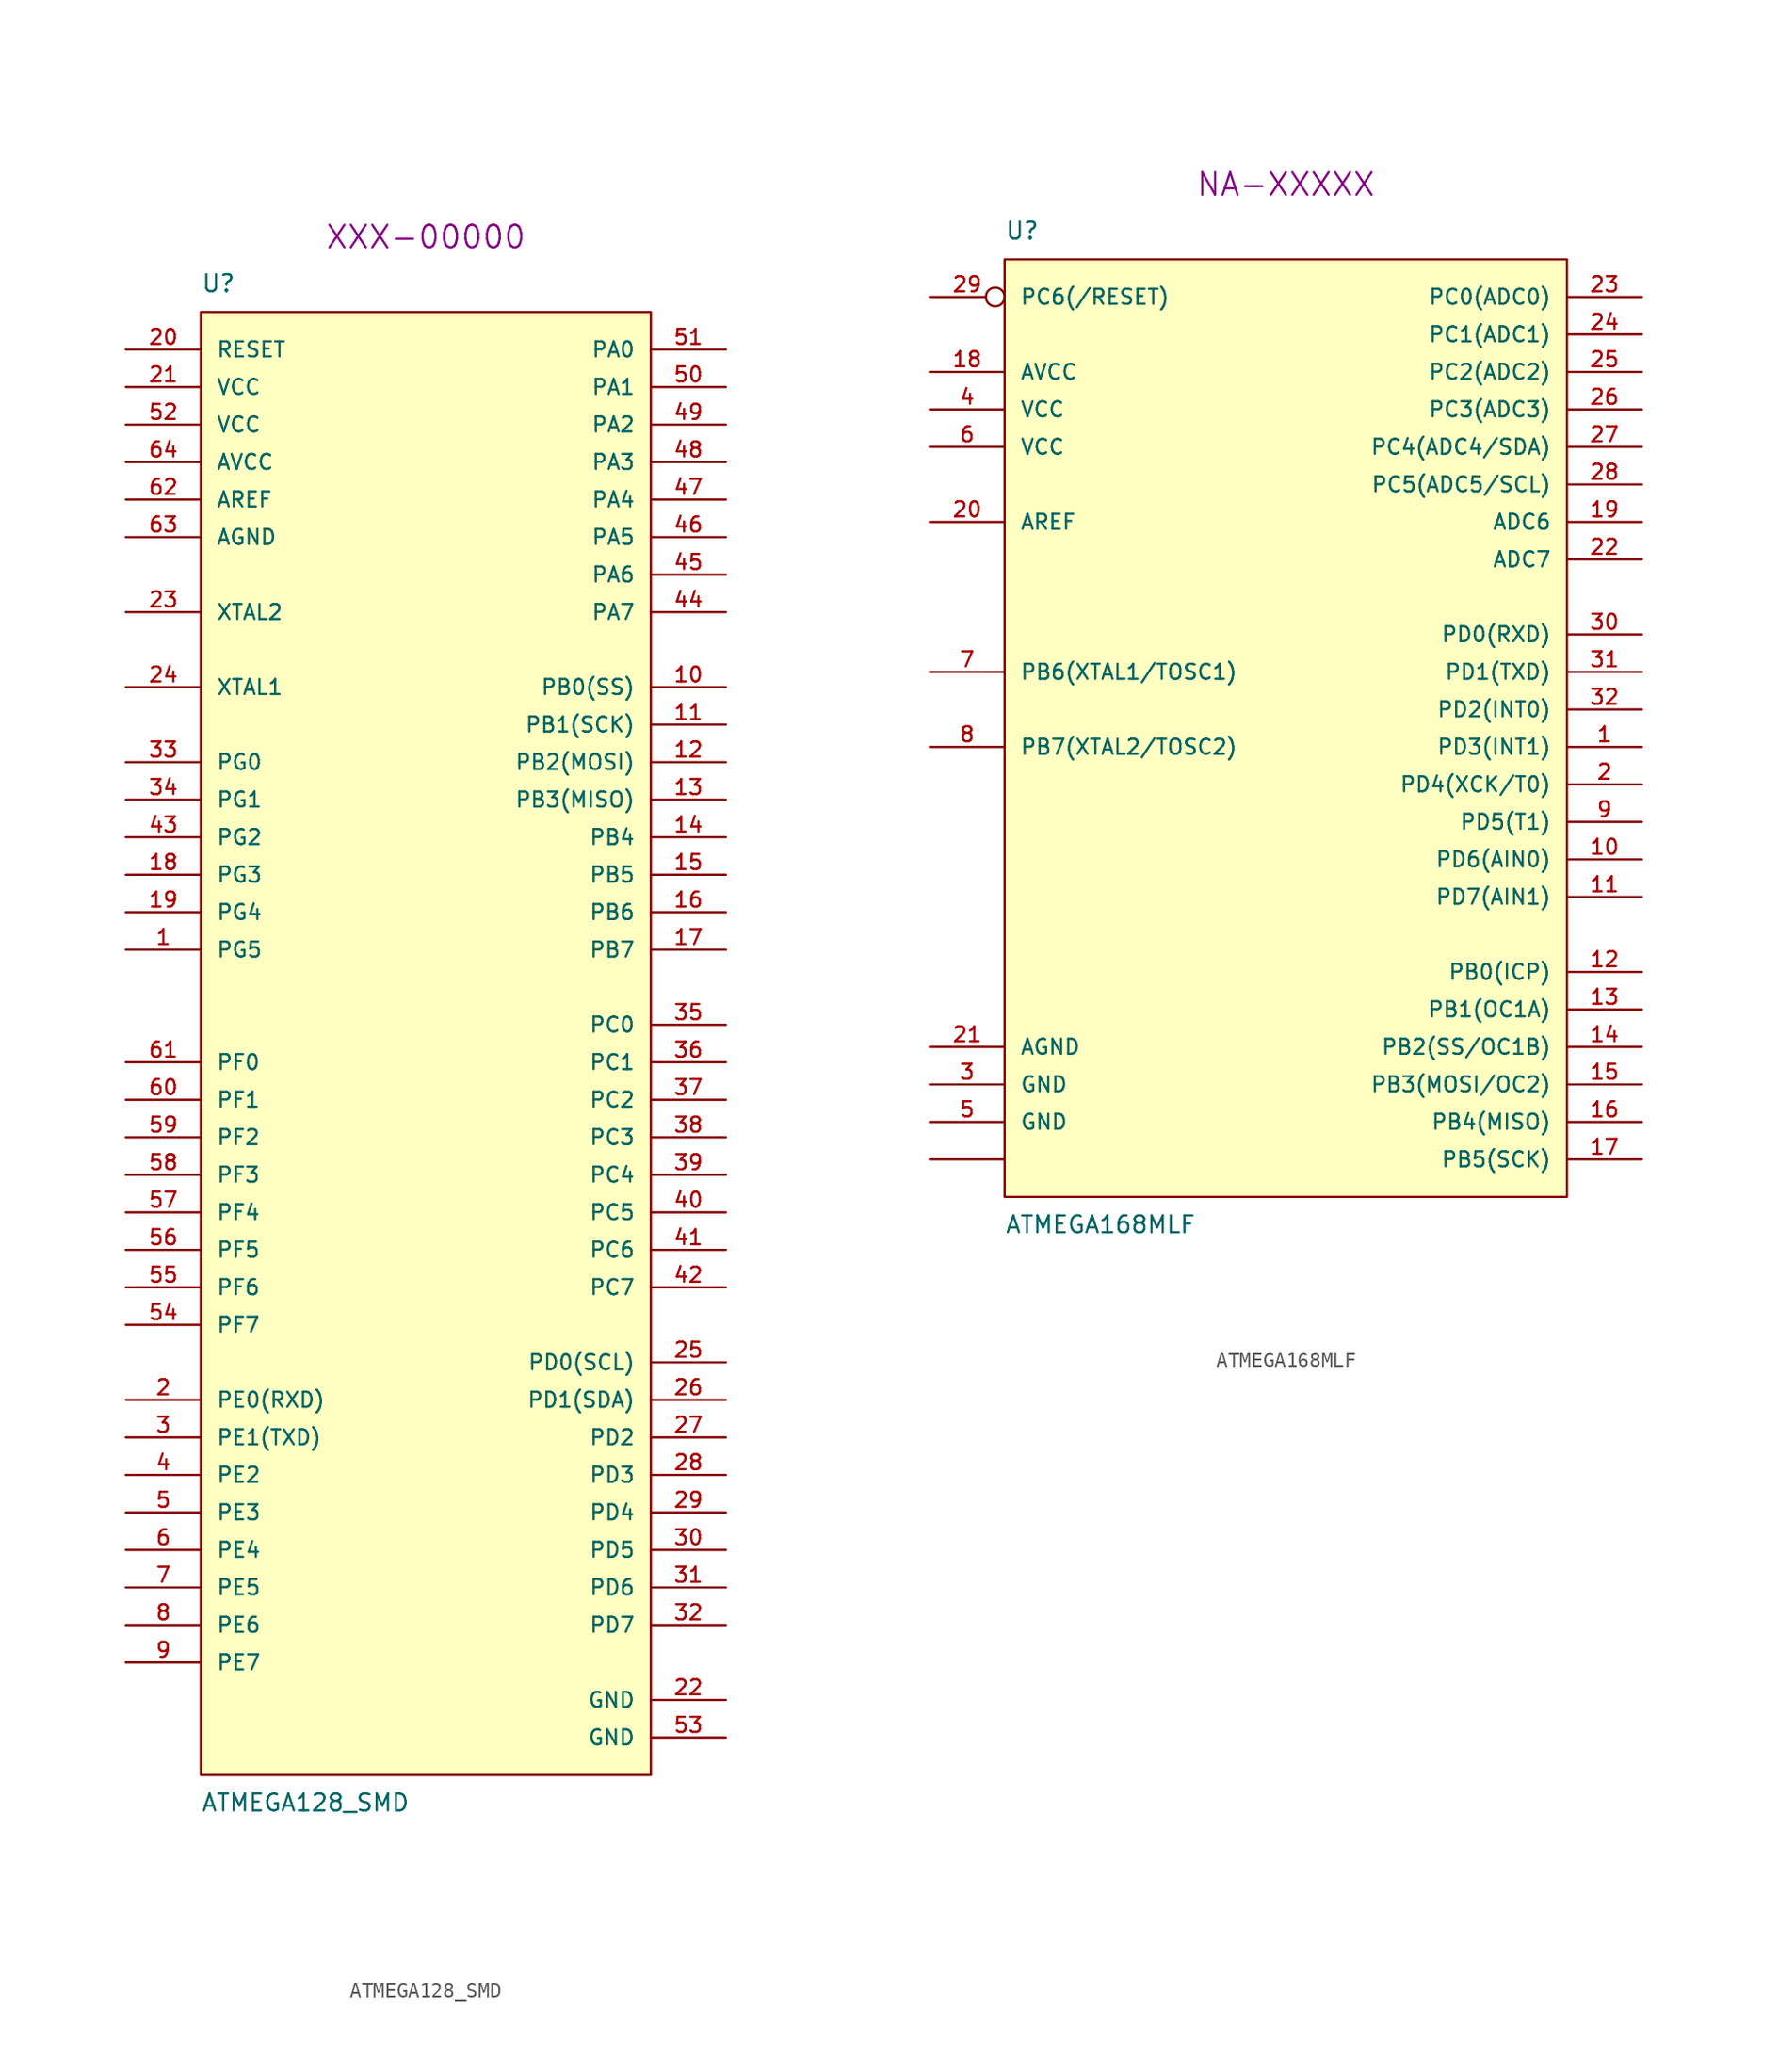
<source format=kicad_sym>
(kicad_symbol_lib
  (version 20201005)
  (generator kicad_symbol_editor)
  (symbol "ATMEGA128_SMD"
    (pin_names
      (offset 1.016))
    (property "Reference" "U"
      (at -15.24 50.8 0)
      (effects (font (size 1.143 1.143)) (justify left bottom)))
    (property "Value" "ATMEGA128_SMD"
      (at -15.24 -52.07 0)
      (effects (font (size 1.143 1.143)) (justify left bottom)))
    (property "Field4" "XXX-00000"
      (at 0 54.61 0)
      (effects (font (size 1.524 1.524))))
    (property "ki_locked" ""
      (at 0 0 0)
      (effects (font (size 1.27 1.27))))
    (symbol "ATMEGA128_SMD_1_1"
      (polyline (pts (xy -15.24 49.53) (xy -15.24 -49.53) (xy 15.24 -49.53) (xy 15.24 49.53) (xy -15.24 49.53)) (stroke (width 0)) (fill (type background)))
      (pin bidirectional line (at -20.32 6.35 0) (length 5.08) (name "PG5" (effects (font (size 1.016 1.016)))) (number "1" (effects (font (size 1.016 1.016)))))
      (pin bidirectional line (at -20.32 -24.13 0) (length 5.08) (name "PE0(RXD)" (effects (font (size 1.016 1.016)))) (number "2" (effects (font (size 1.016 1.016)))))
      (pin bidirectional line (at -20.32 -26.67 0) (length 5.08) (name "PE1(TXD)" (effects (font (size 1.016 1.016)))) (number "3" (effects (font (size 1.016 1.016)))))
      (pin bidirectional line (at -20.32 -29.21 0) (length 5.08) (name "PE2" (effects (font (size 1.016 1.016)))) (number "4" (effects (font (size 1.016 1.016)))))
      (pin bidirectional line (at -20.32 -31.75 0) (length 5.08) (name "PE3" (effects (font (size 1.016 1.016)))) (number "5" (effects (font (size 1.016 1.016)))))
      (pin bidirectional line (at -20.32 -34.29 0) (length 5.08) (name "PE4" (effects (font (size 1.016 1.016)))) (number "6" (effects (font (size 1.016 1.016)))))
      (pin bidirectional line (at -20.32 -36.83 0) (length 5.08) (name "PE5" (effects (font (size 1.016 1.016)))) (number "7" (effects (font (size 1.016 1.016)))))
      (pin bidirectional line (at -20.32 -39.37 0) (length 5.08) (name "PE6" (effects (font (size 1.016 1.016)))) (number "8" (effects (font (size 1.016 1.016)))))
      (pin bidirectional line (at -20.32 -41.91 0) (length 5.08) (name "PE7" (effects (font (size 1.016 1.016)))) (number "9" (effects (font (size 1.016 1.016)))))
      (pin bidirectional line (at 20.32 24.13 180) (length 5.08) (name "PB0(SS)" (effects (font (size 1.016 1.016)))) (number "10" (effects (font (size 1.016 1.016)))))
      (pin bidirectional line (at -20.32 46.99 0) (length 5.08) (name "RESET" (effects (font (size 1.016 1.016)))) (number "20" (effects (font (size 1.016 1.016)))))
      (pin bidirectional line (at 20.32 -34.29 180) (length 5.08) (name "PD5" (effects (font (size 1.016 1.016)))) (number "30" (effects (font (size 1.016 1.016)))))
      (pin bidirectional line (at 20.32 -11.43 180) (length 5.08) (name "PC5" (effects (font (size 1.016 1.016)))) (number "40" (effects (font (size 1.016 1.016)))))
      (pin bidirectional line (at 20.32 44.45 180) (length 5.08) (name "PA1" (effects (font (size 1.016 1.016)))) (number "50" (effects (font (size 1.016 1.016)))))
      (pin bidirectional line (at -20.32 -3.81 0) (length 5.08) (name "PF1" (effects (font (size 1.016 1.016)))) (number "60" (effects (font (size 1.016 1.016)))))
      (pin bidirectional line (at 20.32 21.59 180) (length 5.08) (name "PB1(SCK)" (effects (font (size 1.016 1.016)))) (number "11" (effects (font (size 1.016 1.016)))))
      (pin bidirectional line (at -20.32 44.45 0) (length 5.08) (name "VCC" (effects (font (size 1.016 1.016)))) (number "21" (effects (font (size 1.016 1.016)))))
      (pin bidirectional line (at 20.32 -36.83 180) (length 5.08) (name "PD6" (effects (font (size 1.016 1.016)))) (number "31" (effects (font (size 1.016 1.016)))))
      (pin bidirectional line (at 20.32 -13.97 180) (length 5.08) (name "PC6" (effects (font (size 1.016 1.016)))) (number "41" (effects (font (size 1.016 1.016)))))
      (pin bidirectional line (at 20.32 46.99 180) (length 5.08) (name "PA0" (effects (font (size 1.016 1.016)))) (number "51" (effects (font (size 1.016 1.016)))))
      (pin bidirectional line (at -20.32 -1.27 0) (length 5.08) (name "PF0" (effects (font (size 1.016 1.016)))) (number "61" (effects (font (size 1.016 1.016)))))
      (pin bidirectional line (at 20.32 19.05 180) (length 5.08) (name "PB2(MOSI)" (effects (font (size 1.016 1.016)))) (number "12" (effects (font (size 1.016 1.016)))))
      (pin bidirectional line (at 20.32 -44.45 180) (length 5.08) (name "GND" (effects (font (size 1.016 1.016)))) (number "22" (effects (font (size 1.016 1.016)))))
      (pin bidirectional line (at 20.32 -39.37 180) (length 5.08) (name "PD7" (effects (font (size 1.016 1.016)))) (number "32" (effects (font (size 1.016 1.016)))))
      (pin bidirectional line (at 20.32 -16.51 180) (length 5.08) (name "PC7" (effects (font (size 1.016 1.016)))) (number "42" (effects (font (size 1.016 1.016)))))
      (pin bidirectional line (at -20.32 41.91 0) (length 5.08) (name "VCC" (effects (font (size 1.016 1.016)))) (number "52" (effects (font (size 1.016 1.016)))))
      (pin bidirectional line (at -20.32 36.83 0) (length 5.08) (name "AREF" (effects (font (size 1.016 1.016)))) (number "62" (effects (font (size 1.016 1.016)))))
      (pin bidirectional line (at 20.32 16.51 180) (length 5.08) (name "PB3(MISO)" (effects (font (size 1.016 1.016)))) (number "13" (effects (font (size 1.016 1.016)))))
      (pin bidirectional line (at -20.32 29.21 0) (length 5.08) (name "XTAL2" (effects (font (size 1.016 1.016)))) (number "23" (effects (font (size 1.016 1.016)))))
      (pin bidirectional line (at -20.32 19.05 0) (length 5.08) (name "PG0" (effects (font (size 1.016 1.016)))) (number "33" (effects (font (size 1.016 1.016)))))
      (pin bidirectional line (at -20.32 13.97 0) (length 5.08) (name "PG2" (effects (font (size 1.016 1.016)))) (number "43" (effects (font (size 1.016 1.016)))))
      (pin bidirectional line (at 20.32 -46.99 180) (length 5.08) (name "GND" (effects (font (size 1.016 1.016)))) (number "53" (effects (font (size 1.016 1.016)))))
      (pin bidirectional line (at -20.32 34.29 0) (length 5.08) (name "AGND" (effects (font (size 1.016 1.016)))) (number "63" (effects (font (size 1.016 1.016)))))
      (pin bidirectional line (at 20.32 13.97 180) (length 5.08) (name "PB4" (effects (font (size 1.016 1.016)))) (number "14" (effects (font (size 1.016 1.016)))))
      (pin bidirectional line (at -20.32 24.13 0) (length 5.08) (name "XTAL1" (effects (font (size 1.016 1.016)))) (number "24" (effects (font (size 1.016 1.016)))))
      (pin bidirectional line (at -20.32 16.51 0) (length 5.08) (name "PG1" (effects (font (size 1.016 1.016)))) (number "34" (effects (font (size 1.016 1.016)))))
      (pin bidirectional line (at 20.32 29.21 180) (length 5.08) (name "PA7" (effects (font (size 1.016 1.016)))) (number "44" (effects (font (size 1.016 1.016)))))
      (pin bidirectional line (at -20.32 -19.05 0) (length 5.08) (name "PF7" (effects (font (size 1.016 1.016)))) (number "54" (effects (font (size 1.016 1.016)))))
      (pin bidirectional line (at -20.32 39.37 0) (length 5.08) (name "AVCC" (effects (font (size 1.016 1.016)))) (number "64" (effects (font (size 1.016 1.016)))))
      (pin bidirectional line (at 20.32 11.43 180) (length 5.08) (name "PB5" (effects (font (size 1.016 1.016)))) (number "15" (effects (font (size 1.016 1.016)))))
      (pin bidirectional line (at 20.32 -21.59 180) (length 5.08) (name "PD0(SCL)" (effects (font (size 1.016 1.016)))) (number "25" (effects (font (size 1.016 1.016)))))
      (pin bidirectional line (at 20.32 1.27 180) (length 5.08) (name "PC0" (effects (font (size 1.016 1.016)))) (number "35" (effects (font (size 1.016 1.016)))))
      (pin bidirectional line (at 20.32 31.75 180) (length 5.08) (name "PA6" (effects (font (size 1.016 1.016)))) (number "45" (effects (font (size 1.016 1.016)))))
      (pin bidirectional line (at -20.32 -16.51 0) (length 5.08) (name "PF6" (effects (font (size 1.016 1.016)))) (number "55" (effects (font (size 1.016 1.016)))))
      (pin bidirectional line (at 20.32 8.89 180) (length 5.08) (name "PB6" (effects (font (size 1.016 1.016)))) (number "16" (effects (font (size 1.016 1.016)))))
      (pin bidirectional line (at 20.32 -24.13 180) (length 5.08) (name "PD1(SDA)" (effects (font (size 1.016 1.016)))) (number "26" (effects (font (size 1.016 1.016)))))
      (pin bidirectional line (at 20.32 -1.27 180) (length 5.08) (name "PC1" (effects (font (size 1.016 1.016)))) (number "36" (effects (font (size 1.016 1.016)))))
      (pin bidirectional line (at 20.32 34.29 180) (length 5.08) (name "PA5" (effects (font (size 1.016 1.016)))) (number "46" (effects (font (size 1.016 1.016)))))
      (pin bidirectional line (at -20.32 -13.97 0) (length 5.08) (name "PF5" (effects (font (size 1.016 1.016)))) (number "56" (effects (font (size 1.016 1.016)))))
      (pin bidirectional line (at 20.32 6.35 180) (length 5.08) (name "PB7" (effects (font (size 1.016 1.016)))) (number "17" (effects (font (size 1.016 1.016)))))
      (pin bidirectional line (at 20.32 -26.67 180) (length 5.08) (name "PD2" (effects (font (size 1.016 1.016)))) (number "27" (effects (font (size 1.016 1.016)))))
      (pin bidirectional line (at 20.32 -3.81 180) (length 5.08) (name "PC2" (effects (font (size 1.016 1.016)))) (number "37" (effects (font (size 1.016 1.016)))))
      (pin bidirectional line (at 20.32 36.83 180) (length 5.08) (name "PA4" (effects (font (size 1.016 1.016)))) (number "47" (effects (font (size 1.016 1.016)))))
      (pin bidirectional line (at -20.32 -11.43 0) (length 5.08) (name "PF4" (effects (font (size 1.016 1.016)))) (number "57" (effects (font (size 1.016 1.016)))))
      (pin bidirectional line (at -20.32 11.43 0) (length 5.08) (name "PG3" (effects (font (size 1.016 1.016)))) (number "18" (effects (font (size 1.016 1.016)))))
      (pin bidirectional line (at 20.32 -29.21 180) (length 5.08) (name "PD3" (effects (font (size 1.016 1.016)))) (number "28" (effects (font (size 1.016 1.016)))))
      (pin bidirectional line (at 20.32 -6.35 180) (length 5.08) (name "PC3" (effects (font (size 1.016 1.016)))) (number "38" (effects (font (size 1.016 1.016)))))
      (pin bidirectional line (at 20.32 39.37 180) (length 5.08) (name "PA3" (effects (font (size 1.016 1.016)))) (number "48" (effects (font (size 1.016 1.016)))))
      (pin bidirectional line (at -20.32 -8.89 0) (length 5.08) (name "PF3" (effects (font (size 1.016 1.016)))) (number "58" (effects (font (size 1.016 1.016)))))
      (pin bidirectional line (at -20.32 8.89 0) (length 5.08) (name "PG4" (effects (font (size 1.016 1.016)))) (number "19" (effects (font (size 1.016 1.016)))))
      (pin bidirectional line (at 20.32 -31.75 180) (length 5.08) (name "PD4" (effects (font (size 1.016 1.016)))) (number "29" (effects (font (size 1.016 1.016)))))
      (pin bidirectional line (at 20.32 -8.89 180) (length 5.08) (name "PC4" (effects (font (size 1.016 1.016)))) (number "39" (effects (font (size 1.016 1.016)))))
      (pin bidirectional line (at 20.32 41.91 180) (length 5.08) (name "PA2" (effects (font (size 1.016 1.016)))) (number "49" (effects (font (size 1.016 1.016)))))
      (pin bidirectional line (at -20.32 -6.35 0) (length 5.08) (name "PF2" (effects (font (size 1.016 1.016)))) (number "59" (effects (font (size 1.016 1.016)))))))
  (symbol "ATMEGA168MLF"
    (pin_names
      (offset 1.016))
    (property "Reference" "U"
      (at -19.05 33.02 0)
      (effects (font (size 1.143 1.143)) (justify left bottom)))
    (property "Value" "ATMEGA168MLF"
      (at -19.05 -34.29 0)
      (effects (font (size 1.143 1.143)) (justify left bottom)))
    (property "PROD_ID" "NA-XXXXX"
      (at 0 36.83 0)
      (effects (font (size 1.524 1.524))))
    (property "ki_locked" ""
      (at 0 0 0)
      (effects (font (size 1.27 1.27))))
    (symbol "ATMEGA168MLF_1_0"
      (polyline (pts (xy -24.13 -29.21) (xy -19.05 -29.21)) (stroke (width 0)) (fill (type none))))
    (symbol "ATMEGA168MLF_1_1"
      (polyline (pts (xy -19.05 31.75) (xy 19.05 31.75) (xy 19.05 -31.75) (xy -19.05 -31.75) (xy -19.05 31.75)) (stroke (width 0)) (fill (type background)))
      (pin bidirectional line (at 24.13 -1.27 180) (length 5.08) (name "PD3(INT1)" (effects (font (size 1.016 1.016)))) (number "1" (effects (font (size 1.016 1.016)))))
      (pin bidirectional line (at 24.13 -3.81 180) (length 5.08) (name "PD4(XCK/T0)" (effects (font (size 1.016 1.016)))) (number "2" (effects (font (size 1.016 1.016)))))
      (pin bidirectional line (at -24.13 -24.13 0) (length 5.08) (name "GND" (effects (font (size 1.016 1.016)))) (number "3" (effects (font (size 1.016 1.016)))))
      (pin bidirectional line (at -24.13 21.59 0) (length 5.08) (name "VCC" (effects (font (size 1.016 1.016)))) (number "4" (effects (font (size 1.016 1.016)))))
      (pin bidirectional line (at -24.13 -26.67 0) (length 5.08) (name "GND" (effects (font (size 1.016 1.016)))) (number "5" (effects (font (size 1.016 1.016)))))
      (pin bidirectional line (at -24.13 19.05 0) (length 5.08) (name "VCC" (effects (font (size 1.016 1.016)))) (number "6" (effects (font (size 1.016 1.016)))))
      (pin bidirectional line (at -24.13 3.81 0) (length 5.08) (name "PB6(XTAL1/TOSC1)" (effects (font (size 1.016 1.016)))) (number "7" (effects (font (size 1.016 1.016)))))
      (pin bidirectional line (at -24.13 -1.27 0) (length 5.08) (name "PB7(XTAL2/TOSC2)" (effects (font (size 1.016 1.016)))) (number "8" (effects (font (size 1.016 1.016)))))
      (pin bidirectional line (at 24.13 -6.35 180) (length 5.08) (name "PD5(T1)" (effects (font (size 1.016 1.016)))) (number "9" (effects (font (size 1.016 1.016)))))
      (pin bidirectional line (at -24.13 -29.21 0) (length 5.08) hide (name "GND" (effects (font (size 1.016 1.016)))) (number "~" (effects (font (size 1.016 1.016)))))
      (pin bidirectional line (at 24.13 -8.89 180) (length 5.08) (name "PD6(AIN0)" (effects (font (size 1.016 1.016)))) (number "10" (effects (font (size 1.016 1.016)))))
      (pin bidirectional line (at -24.13 13.97 0) (length 5.08) (name "AREF" (effects (font (size 1.016 1.016)))) (number "20" (effects (font (size 1.016 1.016)))))
      (pin bidirectional line (at 24.13 6.35 180) (length 5.08) (name "PD0(RXD)" (effects (font (size 1.016 1.016)))) (number "30" (effects (font (size 1.016 1.016)))))
      (pin bidirectional line (at 24.13 -11.43 180) (length 5.08) (name "PD7(AIN1)" (effects (font (size 1.016 1.016)))) (number "11" (effects (font (size 1.016 1.016)))))
      (pin bidirectional line (at -24.13 -21.59 0) (length 5.08) (name "AGND" (effects (font (size 1.016 1.016)))) (number "21" (effects (font (size 1.016 1.016)))))
      (pin bidirectional line (at 24.13 3.81 180) (length 5.08) (name "PD1(TXD)" (effects (font (size 1.016 1.016)))) (number "31" (effects (font (size 1.016 1.016)))))
      (pin bidirectional line (at 24.13 -16.51 180) (length 5.08) (name "PB0(ICP)" (effects (font (size 1.016 1.016)))) (number "12" (effects (font (size 1.016 1.016)))))
      (pin bidirectional line (at 24.13 11.43 180) (length 5.08) (name "ADC7" (effects (font (size 1.016 1.016)))) (number "22" (effects (font (size 1.016 1.016)))))
      (pin bidirectional line (at 24.13 1.27 180) (length 5.08) (name "PD2(INT0)" (effects (font (size 1.016 1.016)))) (number "32" (effects (font (size 1.016 1.016)))))
      (pin bidirectional line (at 24.13 -19.05 180) (length 5.08) (name "PB1(OC1A)" (effects (font (size 1.016 1.016)))) (number "13" (effects (font (size 1.016 1.016)))))
      (pin bidirectional line (at 24.13 29.21 180) (length 5.08) (name "PC0(ADC0)" (effects (font (size 1.016 1.016)))) (number "23" (effects (font (size 1.016 1.016)))))
      (pin bidirectional line (at 24.13 -21.59 180) (length 5.08) (name "PB2(SS/OC1B)" (effects (font (size 1.016 1.016)))) (number "14" (effects (font (size 1.016 1.016)))))
      (pin bidirectional line (at 24.13 26.67 180) (length 5.08) (name "PC1(ADC1)" (effects (font (size 1.016 1.016)))) (number "24" (effects (font (size 1.016 1.016)))))
      (pin bidirectional line (at 24.13 -24.13 180) (length 5.08) (name "PB3(MOSI/OC2)" (effects (font (size 1.016 1.016)))) (number "15" (effects (font (size 1.016 1.016)))))
      (pin bidirectional line (at 24.13 24.13 180) (length 5.08) (name "PC2(ADC2)" (effects (font (size 1.016 1.016)))) (number "25" (effects (font (size 1.016 1.016)))))
      (pin bidirectional line (at 24.13 -26.67 180) (length 5.08) (name "PB4(MISO)" (effects (font (size 1.016 1.016)))) (number "16" (effects (font (size 1.016 1.016)))))
      (pin bidirectional line (at 24.13 21.59 180) (length 5.08) (name "PC3(ADC3)" (effects (font (size 1.016 1.016)))) (number "26" (effects (font (size 1.016 1.016)))))
      (pin bidirectional line (at 24.13 -29.21 180) (length 5.08) (name "PB5(SCK)" (effects (font (size 1.016 1.016)))) (number "17" (effects (font (size 1.016 1.016)))))
      (pin bidirectional line (at 24.13 19.05 180) (length 5.08) (name "PC4(ADC4/SDA)" (effects (font (size 1.016 1.016)))) (number "27" (effects (font (size 1.016 1.016)))))
      (pin bidirectional line (at -24.13 24.13 0) (length 5.08) (name "AVCC" (effects (font (size 1.016 1.016)))) (number "18" (effects (font (size 1.016 1.016)))))
      (pin bidirectional line (at 24.13 16.51 180) (length 5.08) (name "PC5(ADC5/SCL)" (effects (font (size 1.016 1.016)))) (number "28" (effects (font (size 1.016 1.016)))))
      (pin bidirectional line (at 24.13 13.97 180) (length 5.08) (name "ADC6" (effects (font (size 1.016 1.016)))) (number "19" (effects (font (size 1.016 1.016)))))
      (pin bidirectional inverted (at -24.13 29.21 0) (length 5.08) (name "PC6(/RESET)" (effects (font (size 1.016 1.016)))) (number "29" (effects (font (size 1.016 1.016))))))))
</source>
